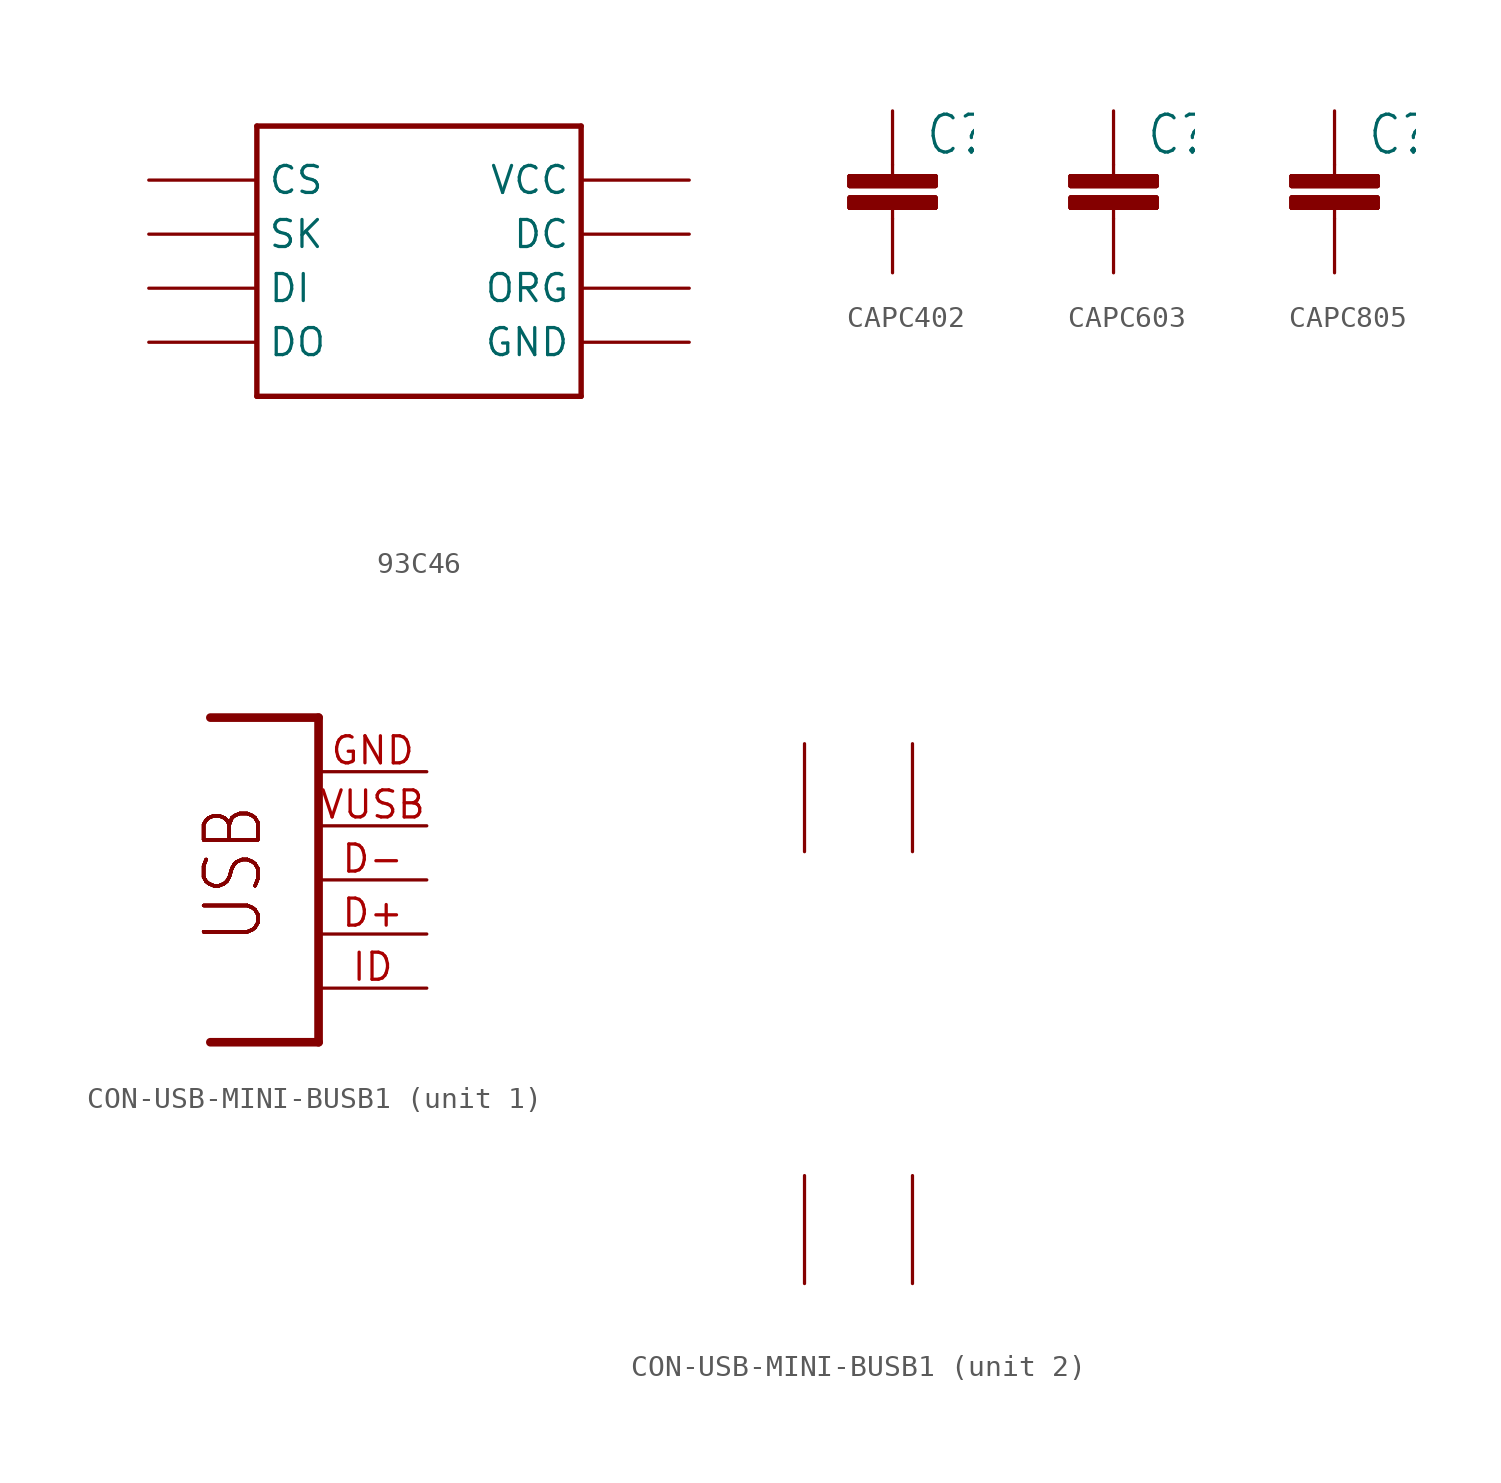
<source format=kicad_sym>
(kicad_symbol_lib
  (version 20220914)
  (generator kicad_symbol_editor)
  (symbol "93C46"
    (property "Reference" ""
      (at -5.08 -7.62 0)
      (effects (font (size 1.422 1.209)) (justify left bottom) hide))
    (property "Value" ""
      (at -5.08 -10.16 0)
      (effects (font (size 1.422 1.209)) (justify left bottom)))
    (property "ki_locked" ""
      (at 0 0 0)
      (effects (font (size 1.27 1.27))))
    (symbol "93C46_1_0"
      (polyline (pts (xy -5.08 -5.08) (xy -5.08 7.62)) (stroke (width 0.254) (type solid)) (fill (type none)))
      (polyline (pts (xy -5.08 7.62) (xy 10.16 7.62)) (stroke (width 0.254) (type solid)) (fill (type none)))
      (polyline (pts (xy 10.16 -5.08) (xy -5.08 -5.08)) (stroke (width 0.254) (type solid)) (fill (type none)))
      (polyline (pts (xy 10.16 7.62) (xy 10.16 -5.08)) (stroke (width 0.254) (type solid)) (fill (type none)))
      (pin bidirectional line (at -10.16 5.08 0) (length 5.08) (name "CS" (effects (font (size 1.27 1.27)))) (number "1" (effects (font (size 0 0)))))
      (pin bidirectional line (at -10.16 2.54 0) (length 5.08) (name "SK" (effects (font (size 1.27 1.27)))) (number "2" (effects (font (size 0 0)))))
      (pin bidirectional line (at -10.16 0 0) (length 5.08) (name "DI" (effects (font (size 1.27 1.27)))) (number "3" (effects (font (size 0 0)))))
      (pin bidirectional line (at -10.16 -2.54 0) (length 5.08) (name "DO" (effects (font (size 1.27 1.27)))) (number "4" (effects (font (size 0 0)))))
      (pin bidirectional line (at 15.24 -2.54 180) (length 5.08) (name "GND" (effects (font (size 1.27 1.27)))) (number "5" (effects (font (size 0 0)))))
      (pin bidirectional line (at 15.24 0 180) (length 5.08) (name "ORG" (effects (font (size 1.27 1.27)))) (number "6" (effects (font (size 0 0)))))
      (pin bidirectional line (at 15.24 2.54 180) (length 5.08) (name "DC" (effects (font (size 1.27 1.27)))) (number "7" (effects (font (size 0 0)))))
      (pin bidirectional line (at 15.24 5.08 180) (length 5.08) (name "VCC" (effects (font (size 1.27 1.27)))) (number "8" (effects (font (size 0 0)))))))
  (symbol "CAPC402"
    (property "Reference" "C"
      (at 1.524 2.921 0)
      (effects (font (size 1.778 1.511)) (justify left bottom)))
    (property "Value" ""
      (at 1.524 -2.159 0)
      (effects (font (size 1.778 1.511)) (justify left bottom)))
    (property "ki_locked" ""
      (at 0 0 0)
      (effects (font (size 1.27 1.27))))
    (symbol "CAPC402_1_0"
      (rectangle (start -2.032 0.508) (end 2.032 1.016) (stroke (width 0) (type default)) (fill (type outline)))
      (rectangle (start -2.032 0.508) (end 2.032 1.016) (stroke (width 0) (type default)) (fill (type outline)))
      (rectangle (start -2.032 0.508) (end 2.032 1.016) (stroke (width 0) (type default)) (fill (type outline)))
      (rectangle (start -2.032 0.508) (end 2.032 1.016) (stroke (width 0) (type default)) (fill (type outline)))
      (rectangle (start -2.032 0.508) (end 2.032 1.016) (stroke (width 0) (type default)) (fill (type outline)))
      (rectangle (start -2.032 0.508) (end 2.032 1.016) (stroke (width 0) (type default)) (fill (type outline)))
      (rectangle (start -2.032 0.508) (end 2.032 1.016) (stroke (width 0) (type default)) (fill (type outline)))
      (rectangle (start -2.032 0.508) (end 2.032 1.016) (stroke (width 0) (type default)) (fill (type outline)))
      (rectangle (start -2.032 0.508) (end 2.032 1.016) (stroke (width 0) (type default)) (fill (type outline)))
      (rectangle (start -2.032 0.508) (end 2.032 1.016) (stroke (width 0) (type default)) (fill (type outline)))
      (rectangle (start -2.032 0.508) (end 2.032 1.016) (stroke (width 0) (type default)) (fill (type outline)))
      (rectangle (start -2.032 1.524) (end 2.032 2.032) (stroke (width 0) (type default)) (fill (type outline)))
      (rectangle (start -2.032 1.524) (end 2.032 2.032) (stroke (width 0) (type default)) (fill (type outline)))
      (rectangle (start -2.032 1.524) (end 2.032 2.032) (stroke (width 0) (type default)) (fill (type outline)))
      (rectangle (start -2.032 1.524) (end 2.032 2.032) (stroke (width 0) (type default)) (fill (type outline)))
      (rectangle (start -2.032 1.524) (end 2.032 2.032) (stroke (width 0) (type default)) (fill (type outline)))
      (rectangle (start -2.032 1.524) (end 2.032 2.032) (stroke (width 0) (type default)) (fill (type outline)))
      (rectangle (start -2.032 1.524) (end 2.032 2.032) (stroke (width 0) (type default)) (fill (type outline)))
      (rectangle (start -2.032 1.524) (end 2.032 2.032) (stroke (width 0) (type default)) (fill (type outline)))
      (rectangle (start -2.032 1.524) (end 2.032 2.032) (stroke (width 0) (type default)) (fill (type outline)))
      (rectangle (start -2.032 1.524) (end 2.032 2.032) (stroke (width 0) (type default)) (fill (type outline)))
      (rectangle (start -2.032 1.524) (end 2.032 2.032) (stroke (width 0) (type default)) (fill (type outline)))
      (polyline (pts (xy 0 0) (xy 0 0.508)) (stroke (width 0.152) (type solid)) (fill (type none)))
      (polyline (pts (xy 0 2.54) (xy 0 2.032)) (stroke (width 0.152) (type solid)) (fill (type none)))
      (pin passive line (at 0 5.08 270) (length 2.54) (name "1" (effects (font (size 0 0)))) (number "1" (effects (font (size 0 0)))))
      (pin passive line (at 0 -2.54 90) (length 2.54) (name "2" (effects (font (size 0 0)))) (number "2" (effects (font (size 0 0)))))))
  (symbol "CAPC603"
    (property "Reference" "C"
      (at 1.524 2.921 0)
      (effects (font (size 1.778 1.511)) (justify left bottom)))
    (property "Value" ""
      (at 1.524 -2.159 0)
      (effects (font (size 1.778 1.511)) (justify left bottom)))
    (property "ki_locked" ""
      (at 0 0 0)
      (effects (font (size 1.27 1.27))))
    (symbol "CAPC603_1_0"
      (rectangle (start -2.032 0.508) (end 2.032 1.016) (stroke (width 0) (type default)) (fill (type outline)))
      (rectangle (start -2.032 0.508) (end 2.032 1.016) (stroke (width 0) (type default)) (fill (type outline)))
      (rectangle (start -2.032 0.508) (end 2.032 1.016) (stroke (width 0) (type default)) (fill (type outline)))
      (rectangle (start -2.032 0.508) (end 2.032 1.016) (stroke (width 0) (type default)) (fill (type outline)))
      (rectangle (start -2.032 0.508) (end 2.032 1.016) (stroke (width 0) (type default)) (fill (type outline)))
      (rectangle (start -2.032 0.508) (end 2.032 1.016) (stroke (width 0) (type default)) (fill (type outline)))
      (rectangle (start -2.032 0.508) (end 2.032 1.016) (stroke (width 0) (type default)) (fill (type outline)))
      (rectangle (start -2.032 0.508) (end 2.032 1.016) (stroke (width 0) (type default)) (fill (type outline)))
      (rectangle (start -2.032 0.508) (end 2.032 1.016) (stroke (width 0) (type default)) (fill (type outline)))
      (rectangle (start -2.032 0.508) (end 2.032 1.016) (stroke (width 0) (type default)) (fill (type outline)))
      (rectangle (start -2.032 0.508) (end 2.032 1.016) (stroke (width 0) (type default)) (fill (type outline)))
      (rectangle (start -2.032 1.524) (end 2.032 2.032) (stroke (width 0) (type default)) (fill (type outline)))
      (rectangle (start -2.032 1.524) (end 2.032 2.032) (stroke (width 0) (type default)) (fill (type outline)))
      (rectangle (start -2.032 1.524) (end 2.032 2.032) (stroke (width 0) (type default)) (fill (type outline)))
      (rectangle (start -2.032 1.524) (end 2.032 2.032) (stroke (width 0) (type default)) (fill (type outline)))
      (rectangle (start -2.032 1.524) (end 2.032 2.032) (stroke (width 0) (type default)) (fill (type outline)))
      (rectangle (start -2.032 1.524) (end 2.032 2.032) (stroke (width 0) (type default)) (fill (type outline)))
      (rectangle (start -2.032 1.524) (end 2.032 2.032) (stroke (width 0) (type default)) (fill (type outline)))
      (rectangle (start -2.032 1.524) (end 2.032 2.032) (stroke (width 0) (type default)) (fill (type outline)))
      (rectangle (start -2.032 1.524) (end 2.032 2.032) (stroke (width 0) (type default)) (fill (type outline)))
      (rectangle (start -2.032 1.524) (end 2.032 2.032) (stroke (width 0) (type default)) (fill (type outline)))
      (rectangle (start -2.032 1.524) (end 2.032 2.032) (stroke (width 0) (type default)) (fill (type outline)))
      (polyline (pts (xy 0 0) (xy 0 0.508)) (stroke (width 0.152) (type solid)) (fill (type none)))
      (polyline (pts (xy 0 2.54) (xy 0 2.032)) (stroke (width 0.152) (type solid)) (fill (type none)))
      (pin passive line (at 0 5.08 270) (length 2.54) (name "1" (effects (font (size 0 0)))) (number "1" (effects (font (size 0 0)))))
      (pin passive line (at 0 -2.54 90) (length 2.54) (name "2" (effects (font (size 0 0)))) (number "2" (effects (font (size 0 0)))))))
  (symbol "CAPC805"
    (property "Reference" "C"
      (at 1.524 2.921 0)
      (effects (font (size 1.778 1.511)) (justify left bottom)))
    (property "Value" ""
      (at 1.524 -2.159 0)
      (effects (font (size 1.778 1.511)) (justify left bottom)))
    (property "ki_locked" ""
      (at 0 0 0)
      (effects (font (size 1.27 1.27))))
    (symbol "CAPC805_1_0"
      (rectangle (start -2.032 0.508) (end 2.032 1.016) (stroke (width 0) (type default)) (fill (type outline)))
      (rectangle (start -2.032 0.508) (end 2.032 1.016) (stroke (width 0) (type default)) (fill (type outline)))
      (rectangle (start -2.032 0.508) (end 2.032 1.016) (stroke (width 0) (type default)) (fill (type outline)))
      (rectangle (start -2.032 0.508) (end 2.032 1.016) (stroke (width 0) (type default)) (fill (type outline)))
      (rectangle (start -2.032 0.508) (end 2.032 1.016) (stroke (width 0) (type default)) (fill (type outline)))
      (rectangle (start -2.032 0.508) (end 2.032 1.016) (stroke (width 0) (type default)) (fill (type outline)))
      (rectangle (start -2.032 0.508) (end 2.032 1.016) (stroke (width 0) (type default)) (fill (type outline)))
      (rectangle (start -2.032 0.508) (end 2.032 1.016) (stroke (width 0) (type default)) (fill (type outline)))
      (rectangle (start -2.032 0.508) (end 2.032 1.016) (stroke (width 0) (type default)) (fill (type outline)))
      (rectangle (start -2.032 0.508) (end 2.032 1.016) (stroke (width 0) (type default)) (fill (type outline)))
      (rectangle (start -2.032 0.508) (end 2.032 1.016) (stroke (width 0) (type default)) (fill (type outline)))
      (rectangle (start -2.032 1.524) (end 2.032 2.032) (stroke (width 0) (type default)) (fill (type outline)))
      (rectangle (start -2.032 1.524) (end 2.032 2.032) (stroke (width 0) (type default)) (fill (type outline)))
      (rectangle (start -2.032 1.524) (end 2.032 2.032) (stroke (width 0) (type default)) (fill (type outline)))
      (rectangle (start -2.032 1.524) (end 2.032 2.032) (stroke (width 0) (type default)) (fill (type outline)))
      (rectangle (start -2.032 1.524) (end 2.032 2.032) (stroke (width 0) (type default)) (fill (type outline)))
      (rectangle (start -2.032 1.524) (end 2.032 2.032) (stroke (width 0) (type default)) (fill (type outline)))
      (rectangle (start -2.032 1.524) (end 2.032 2.032) (stroke (width 0) (type default)) (fill (type outline)))
      (rectangle (start -2.032 1.524) (end 2.032 2.032) (stroke (width 0) (type default)) (fill (type outline)))
      (rectangle (start -2.032 1.524) (end 2.032 2.032) (stroke (width 0) (type default)) (fill (type outline)))
      (rectangle (start -2.032 1.524) (end 2.032 2.032) (stroke (width 0) (type default)) (fill (type outline)))
      (rectangle (start -2.032 1.524) (end 2.032 2.032) (stroke (width 0) (type default)) (fill (type outline)))
      (polyline (pts (xy 0 0) (xy 0 0.508)) (stroke (width 0.152) (type solid)) (fill (type none)))
      (polyline (pts (xy 0 2.54) (xy 0 2.032)) (stroke (width 0.152) (type solid)) (fill (type none)))
      (pin passive line (at 0 5.08 270) (length 2.54) (name "1" (effects (font (size 0 0)))) (number "1" (effects (font (size 0 0)))))
      (pin passive line (at 0 -2.54 90) (length 2.54) (name "2" (effects (font (size 0 0)))) (number "2" (effects (font (size 0 0)))))))
  (symbol "CON-USB-MINI-BUSB1"
    (property "Reference" "USB"
      (at 0 0 0)
      (effects (font (size 1.27 1.27)) hide))
    (property "ki_locked" ""
      (at 0 0 0)
      (effects (font (size 1.27 1.27))))
    (symbol "CON-USB-MINI-BUSB1_1_0"
      (polyline (pts (xy -5.08 7.62) (xy 0 7.62)) (stroke (width 0.406) (type solid)) (fill (type none)))
      (polyline (pts (xy 0 -7.62) (xy -5.08 -7.62)) (stroke (width 0.406) (type solid)) (fill (type none)))
      (polyline (pts (xy 0 7.62) (xy 0 -7.62)) (stroke (width 0.406) (type solid)) (fill (type none)))
      (text "USB" (at -2.54 -3.048 900) (effects (font (size 2.54 2.159)) (justify left bottom)))
      (text "USB" (at -2.54 -3.048 900) (effects (font (size 2.54 2.159)) (justify left bottom)))
      (text "USB" (at -2.54 -3.048 900) (effects (font (size 2.54 2.159)) (justify left bottom)))
      (text "USB" (at -2.54 -3.048 900) (effects (font (size 2.54 2.159)) (justify left bottom)))
      (text "USB" (at -2.54 -3.048 900) (effects (font (size 2.54 2.159)) (justify left bottom)))
      (text "USB" (at -2.54 -3.048 900) (effects (font (size 2.54 2.159)) (justify left bottom)))
      (text "USB" (at -2.54 -3.048 900) (effects (font (size 2.54 2.159)) (justify left bottom)))
      (text "USB" (at -2.54 -3.048 900) (effects (font (size 2.54 2.159)) (justify left bottom)))
      (text "USB" (at -2.54 -3.048 900) (effects (font (size 2.54 2.159)) (justify left bottom)))
      (text "USB" (at -2.54 -3.048 900) (effects (font (size 2.54 2.159)) (justify left bottom)))
      (text "USB" (at -2.54 -3.048 900) (effects (font (size 2.54 2.159)) (justify left bottom)))
      (pin bidirectional line (at 5.08 -2.54 180) (length 5.08) (name "D+" (effects (font (size 0 0)))) (number "D+" (effects (font (size 1.27 1.27)))))
      (pin bidirectional line (at 5.08 0 180) (length 5.08) (name "D-" (effects (font (size 0 0)))) (number "D-" (effects (font (size 1.27 1.27)))))
      (pin bidirectional line (at 5.08 5.08 180) (length 5.08) (name "GND" (effects (font (size 0 0)))) (number "GND" (effects (font (size 1.27 1.27)))))
      (pin bidirectional line (at 5.08 -5.08 180) (length 5.08) (name "USBID" (effects (font (size 0 0)))) (number "ID" (effects (font (size 1.27 1.27)))))
      (pin bidirectional line (at 5.08 2.54 180) (length 5.08) (name "VUSB" (effects (font (size 0 0)))) (number "VUSB" (effects (font (size 1.27 1.27))))))
    (symbol "CON-USB-MINI-BUSB1_2_0"
      (pin tri_state line (at 0 -12.7 90) (length 5.08) (name "BODY@1" (effects (font (size 0 0)))) (number "BODY@1" (effects (font (size 0 0)))))
      (pin tri_state line (at 5.08 -12.7 90) (length 5.08) (name "BODY@2" (effects (font (size 0 0)))) (number "BODY@2" (effects (font (size 0 0)))))
      (pin tri_state line (at 5.08 12.7 270) (length 5.08) (name "BODY@3" (effects (font (size 0 0)))) (number "BODY@3" (effects (font (size 0 0)))))
      (pin tri_state line (at 0 12.7 270) (length 5.08) (name "BODY@4" (effects (font (size 0 0)))) (number "BODY@4" (effects (font (size 0 0))))))))
</source>
